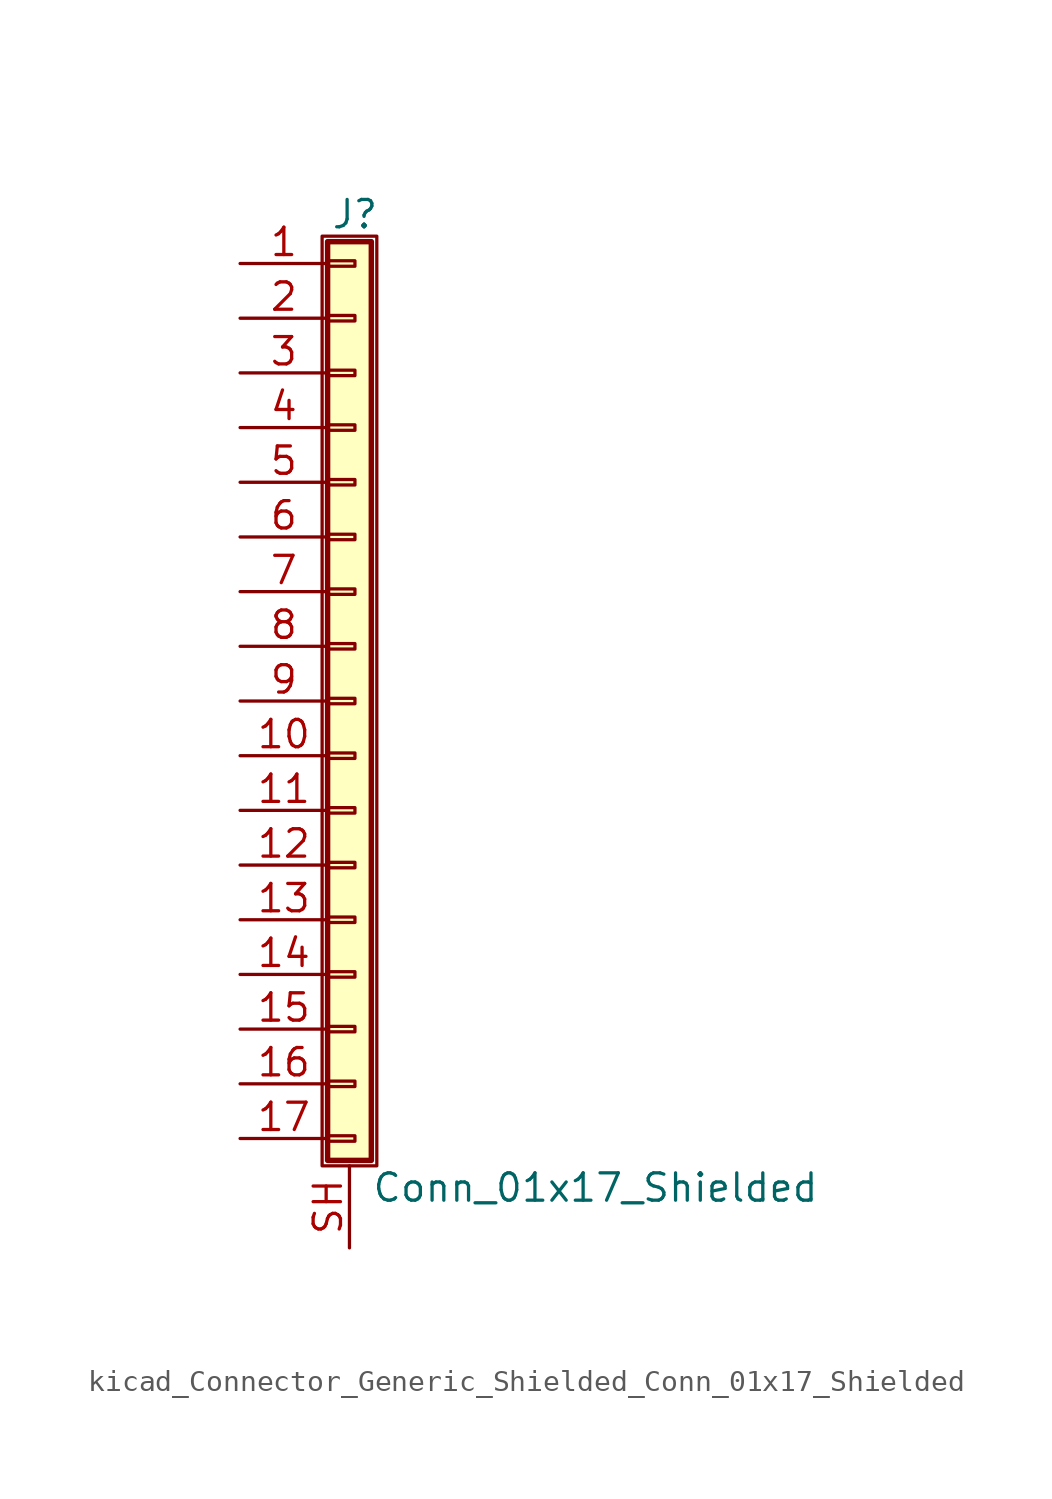
<source format=kicad_sym>
(kicad_symbol_lib
  (version 20220914)
  (generator kicad_symbol_editor)
  (symbol "kicad_Connector_Generic_Shielded_Conn_01x17_Shielded"
    (pin_names
      (offset 1.016) hide)
    (property "Reference" "J"
      (at 0.254 22.606 0)
      (effects (font (size 1.27 1.27))))
    (property "Value" "Conn_01x17_Shielded"
      (at 1.016 -22.606 0)
      (effects (font (size 1.27 1.27)) (justify left)))
    (symbol "kicad_Connector_Generic_Shielded_Conn_01x17_Shielded_1_1"
      (rectangle (start -1.27 21.59) (end 1.27 -21.59) (stroke (width 0.152) (type default)) (fill (type none)))
      (rectangle (start -1.016 -20.193) (end 0.254 -20.447) (stroke (width 0.152) (type default)) (fill (type none)))
      (rectangle (start -1.016 -17.653) (end 0.254 -17.907) (stroke (width 0.152) (type default)) (fill (type none)))
      (rectangle (start -1.016 -15.113) (end 0.254 -15.367) (stroke (width 0.152) (type default)) (fill (type none)))
      (rectangle (start -1.016 -12.573) (end 0.254 -12.827) (stroke (width 0.152) (type default)) (fill (type none)))
      (rectangle (start -1.016 -10.033) (end 0.254 -10.287) (stroke (width 0.152) (type default)) (fill (type none)))
      (rectangle (start -1.016 -7.493) (end 0.254 -7.747) (stroke (width 0.152) (type default)) (fill (type none)))
      (rectangle (start -1.016 -4.953) (end 0.254 -5.207) (stroke (width 0.152) (type default)) (fill (type none)))
      (rectangle (start -1.016 -2.413) (end 0.254 -2.667) (stroke (width 0.152) (type default)) (fill (type none)))
      (rectangle (start -1.016 0.127) (end 0.254 -0.127) (stroke (width 0.152) (type default)) (fill (type none)))
      (rectangle (start -1.016 2.667) (end 0.254 2.413) (stroke (width 0.152) (type default)) (fill (type none)))
      (rectangle (start -1.016 5.207) (end 0.254 4.953) (stroke (width 0.152) (type default)) (fill (type none)))
      (rectangle (start -1.016 7.747) (end 0.254 7.493) (stroke (width 0.152) (type default)) (fill (type none)))
      (rectangle (start -1.016 10.287) (end 0.254 10.033) (stroke (width 0.152) (type default)) (fill (type none)))
      (rectangle (start -1.016 12.827) (end 0.254 12.573) (stroke (width 0.152) (type default)) (fill (type none)))
      (rectangle (start -1.016 15.367) (end 0.254 15.113) (stroke (width 0.152) (type default)) (fill (type none)))
      (rectangle (start -1.016 17.907) (end 0.254 17.653) (stroke (width 0.152) (type default)) (fill (type none)))
      (rectangle (start -1.016 20.447) (end 0.254 20.193) (stroke (width 0.152) (type default)) (fill (type none)))
      (rectangle (start -1.016 21.336) (end 1.016 -21.336) (stroke (width 0.254) (type default)) (fill (type background)))
      (pin passive line (at -5.08 20.32 0) (length 4.064) (name "Pin_1" (effects (font (size 1.27 1.27)))) (number "1" (effects (font (size 1.27 1.27)))))
      (pin passive line (at -5.08 -2.54 0) (length 4.064) (name "Pin_10" (effects (font (size 1.27 1.27)))) (number "10" (effects (font (size 1.27 1.27)))))
      (pin passive line (at -5.08 -5.08 0) (length 4.064) (name "Pin_11" (effects (font (size 1.27 1.27)))) (number "11" (effects (font (size 1.27 1.27)))))
      (pin passive line (at -5.08 -7.62 0) (length 4.064) (name "Pin_12" (effects (font (size 1.27 1.27)))) (number "12" (effects (font (size 1.27 1.27)))))
      (pin passive line (at -5.08 -10.16 0) (length 4.064) (name "Pin_13" (effects (font (size 1.27 1.27)))) (number "13" (effects (font (size 1.27 1.27)))))
      (pin passive line (at -5.08 -12.7 0) (length 4.064) (name "Pin_14" (effects (font (size 1.27 1.27)))) (number "14" (effects (font (size 1.27 1.27)))))
      (pin passive line (at -5.08 -15.24 0) (length 4.064) (name "Pin_15" (effects (font (size 1.27 1.27)))) (number "15" (effects (font (size 1.27 1.27)))))
      (pin passive line (at -5.08 -17.78 0) (length 4.064) (name "Pin_16" (effects (font (size 1.27 1.27)))) (number "16" (effects (font (size 1.27 1.27)))))
      (pin passive line (at -5.08 -20.32 0) (length 4.064) (name "Pin_17" (effects (font (size 1.27 1.27)))) (number "17" (effects (font (size 1.27 1.27)))))
      (pin passive line (at -5.08 17.78 0) (length 4.064) (name "Pin_2" (effects (font (size 1.27 1.27)))) (number "2" (effects (font (size 1.27 1.27)))))
      (pin passive line (at -5.08 15.24 0) (length 4.064) (name "Pin_3" (effects (font (size 1.27 1.27)))) (number "3" (effects (font (size 1.27 1.27)))))
      (pin passive line (at -5.08 12.7 0) (length 4.064) (name "Pin_4" (effects (font (size 1.27 1.27)))) (number "4" (effects (font (size 1.27 1.27)))))
      (pin passive line (at -5.08 10.16 0) (length 4.064) (name "Pin_5" (effects (font (size 1.27 1.27)))) (number "5" (effects (font (size 1.27 1.27)))))
      (pin passive line (at -5.08 7.62 0) (length 4.064) (name "Pin_6" (effects (font (size 1.27 1.27)))) (number "6" (effects (font (size 1.27 1.27)))))
      (pin passive line (at -5.08 5.08 0) (length 4.064) (name "Pin_7" (effects (font (size 1.27 1.27)))) (number "7" (effects (font (size 1.27 1.27)))))
      (pin passive line (at -5.08 2.54 0) (length 4.064) (name "Pin_8" (effects (font (size 1.27 1.27)))) (number "8" (effects (font (size 1.27 1.27)))))
      (pin passive line (at -5.08 0 0) (length 4.064) (name "Pin_9" (effects (font (size 1.27 1.27)))) (number "9" (effects (font (size 1.27 1.27)))))
      (pin passive line (at 0 -25.4 90) (length 3.81) (name "Shield" (effects (font (size 1.27 1.27)))) (number "SH" (effects (font (size 1.27 1.27))))))))
</source>
